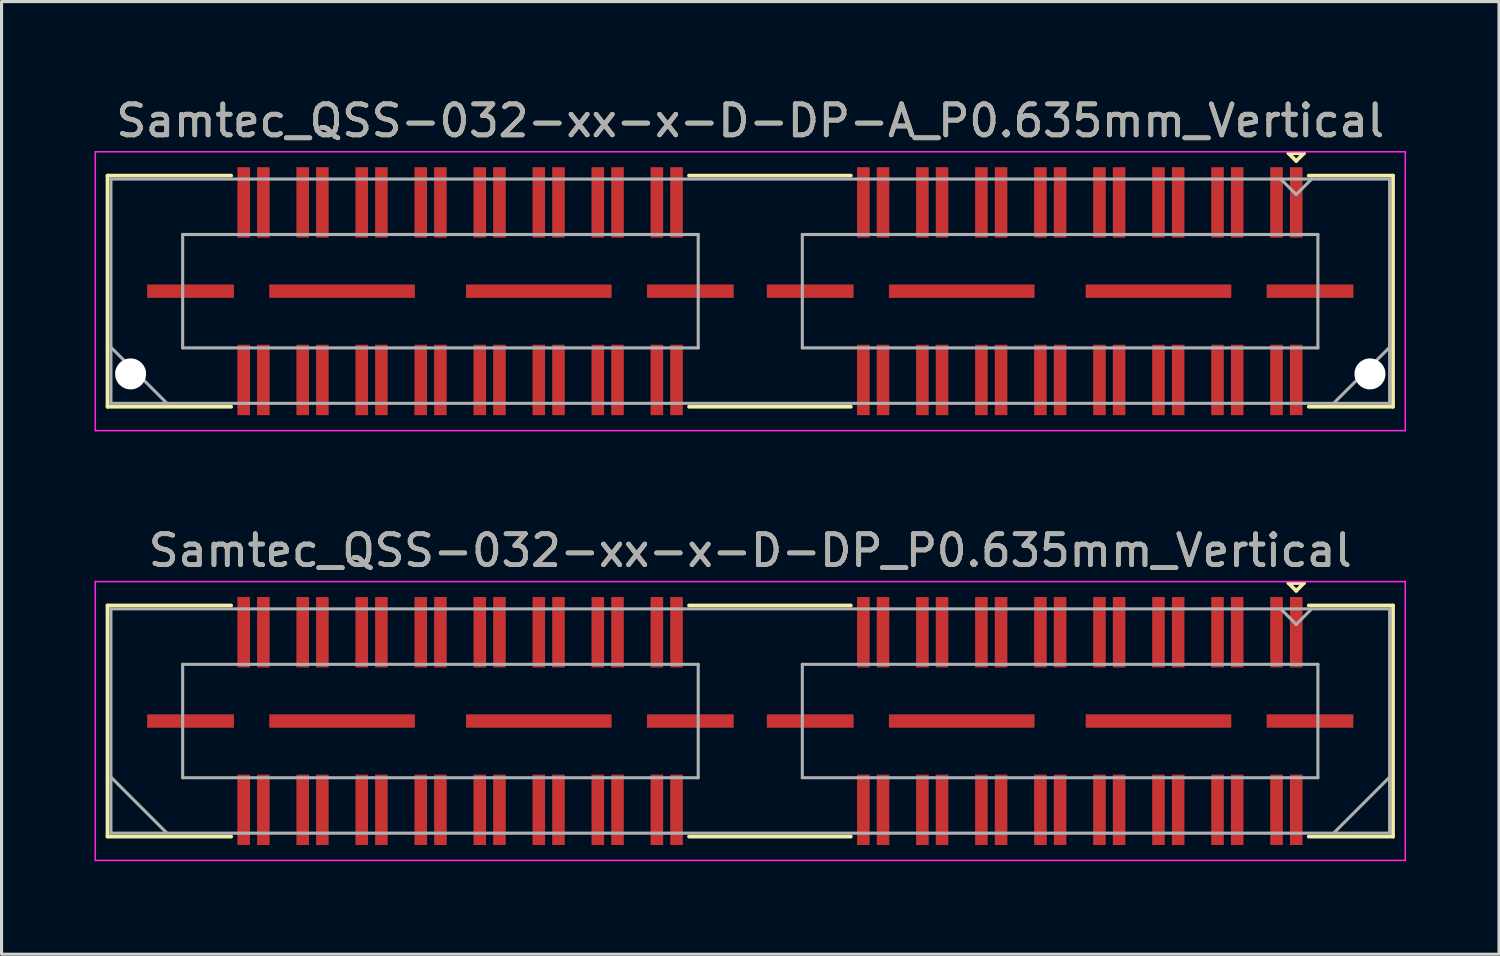
<source format=kicad_pcb>
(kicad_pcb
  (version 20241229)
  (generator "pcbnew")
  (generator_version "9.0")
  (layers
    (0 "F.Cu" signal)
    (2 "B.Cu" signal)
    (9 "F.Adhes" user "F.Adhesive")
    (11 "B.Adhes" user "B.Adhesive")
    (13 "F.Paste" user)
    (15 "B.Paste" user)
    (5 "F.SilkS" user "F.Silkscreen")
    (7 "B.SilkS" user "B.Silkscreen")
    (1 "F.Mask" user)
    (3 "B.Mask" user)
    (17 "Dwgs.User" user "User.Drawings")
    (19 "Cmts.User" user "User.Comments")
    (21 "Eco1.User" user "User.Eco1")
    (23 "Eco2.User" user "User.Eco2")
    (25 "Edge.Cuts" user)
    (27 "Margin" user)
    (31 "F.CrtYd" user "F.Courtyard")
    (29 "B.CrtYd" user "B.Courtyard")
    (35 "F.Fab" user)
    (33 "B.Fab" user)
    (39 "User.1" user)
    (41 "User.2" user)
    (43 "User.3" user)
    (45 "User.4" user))
  (footprint "Samtec_QSS-032-xx-x-D-DP-A_P0.635mm_Vertical"
    (layer "F.Cu")
    (at 21.165 6.348)
    (property "Reference" "Samtec_QSS-032-xx-x-D-DP-A_P0.635mm_Vertical" (at 0 -5.5 0) (layer "F.SilkS") (effects (font (size 1 1) (thickness 0.15))))
    (attr smd)
    (fp_line (start -20.745 -3.73) (end -16.753 -3.73) (stroke (width 0.12) (type solid)) (layer "F.SilkS"))
    (fp_line (start -20.745 3.73) (end -20.745 -3.73) (stroke (width 0.12) (type solid)) (layer "F.SilkS"))
    (fp_line (start -16.753 3.73) (end -20.745 3.73) (stroke (width 0.12) (type solid)) (layer "F.SilkS"))
    (fp_line (start 3.247 -3.73) (end -1.977 -3.73) (stroke (width 0.12) (type solid)) (layer "F.SilkS"))
    (fp_line (start 3.247 3.73) (end -1.977 3.73) (stroke (width 0.12) (type solid)) (layer "F.SilkS"))
    (fp_line (start 17.37 -4.452) (end 17.87 -4.452) (stroke (width 0.12) (type solid)) (layer "F.SilkS"))
    (fp_line (start 17.62 -4.202) (end 17.37 -4.452) (stroke (width 0.12) (type solid)) (layer "F.SilkS"))
    (fp_line (start 17.87 -4.452) (end 17.62 -4.202) (stroke (width 0.12) (type solid)) (layer "F.SilkS"))
    (fp_line (start 18.023 3.73) (end 20.745 3.73) (stroke (width 0.12) (type solid)) (layer "F.SilkS"))
    (fp_line (start 20.745 -3.73) (end 18.023 -3.73) (stroke (width 0.12) (type solid)) (layer "F.SilkS"))
    (fp_line (start 20.745 3.73) (end 20.745 -3.73) (stroke (width 0.12) (type solid)) (layer "F.SilkS"))
    (fp_line (start -21.14 -4.5) (end -21.14 4.5) (stroke (width 0.05) (type solid)) (layer "F.CrtYd"))
    (fp_line (start -21.14 4.5) (end 21.14 4.5) (stroke (width 0.05) (type solid)) (layer "F.CrtYd"))
    (fp_line (start 21.14 -4.5) (end -21.14 -4.5) (stroke (width 0.05) (type solid)) (layer "F.CrtYd"))
    (fp_line (start 21.14 4.5) (end 21.14 -4.5) (stroke (width 0.05) (type solid)) (layer "F.CrtYd"))
    (fp_line (start -20.635 -3.62) (end -20.635 3.62) (stroke (width 0.1) (type solid)) (layer "F.Fab"))
    (fp_line (start -20.635 1.81) (end -18.825 3.62) (stroke (width 0.1) (type solid)) (layer "F.Fab"))
    (fp_line (start -20.635 3.62) (end 20.635 3.62) (stroke (width 0.1) (type solid)) (layer "F.Fab"))
    (fp_line (start -18.32 -1.83) (end -18.32 1.83) (stroke (width 0.1) (type solid)) (layer "F.Fab"))
    (fp_line (start -18.32 1.83) (end -1.68 1.83) (stroke (width 0.1) (type solid)) (layer "F.Fab"))
    (fp_line (start -1.68 -1.83) (end -18.32 -1.83) (stroke (width 0.1) (type solid)) (layer "F.Fab"))
    (fp_line (start -1.68 1.83) (end -1.68 -1.83) (stroke (width 0.1) (type solid)) (layer "F.Fab"))
    (fp_line (start 1.68 -1.83) (end 1.68 1.83) (stroke (width 0.1) (type solid)) (layer "F.Fab"))
    (fp_line (start 1.68 1.83) (end 18.32 1.83) (stroke (width 0.1) (type solid)) (layer "F.Fab"))
    (fp_line (start 17.62 -3.12) (end 17.12 -3.62) (stroke (width 0.1) (type solid)) (layer "F.Fab"))
    (fp_line (start 18.12 -3.62) (end 17.62 -3.12) (stroke (width 0.1) (type solid)) (layer "F.Fab"))
    (fp_line (start 18.32 -1.83) (end 1.68 -1.83) (stroke (width 0.1) (type solid)) (layer "F.Fab"))
    (fp_line (start 18.32 1.83) (end 18.32 -1.83) (stroke (width 0.1) (type solid)) (layer "F.Fab"))
    (fp_line (start 20.635 -3.62) (end -20.635 -3.62) (stroke (width 0.1) (type solid)) (layer "F.Fab"))
    (fp_line (start 20.635 1.81) (end 18.825 3.62) (stroke (width 0.1) (type solid)) (layer "F.Fab"))
    (fp_line (start 20.635 3.62) (end 20.635 -3.62) (stroke (width 0.1) (type solid)) (layer "F.Fab"))
    (fp_text user "${REFERENCE}" (at 0 -5.5 0) (layer "F.Fab") (effects (font (size 1 1) (thickness 0.15))))
    (pad "" np_thru_hole circle (at -20 2.67) (size 1 1) (drill 1) (layers "*.Cu" "*.Mask"))
    (pad "" np_thru_hole circle (at 20 2.67) (size 1 1) (drill 1) (layers "*.Cu" "*.Mask"))
    (pad "1" smd rect (at 17.62 -2.865) (size 0.406 2.273) (layers "F.Cu" "F.Mask" "F.Paste"))
    (pad "2" smd rect (at 17.62 2.865) (size 0.406 2.273) (layers "F.Cu" "F.Mask" "F.Paste"))
    (pad "3" smd rect (at 16.985 -2.865) (size 0.406 2.273) (layers "F.Cu" "F.Mask" "F.Paste"))
    (pad "4" smd rect (at 16.985 2.865) (size 0.406 2.273) (layers "F.Cu" "F.Mask" "F.Paste"))
    (pad "5" smd rect (at 15.715 -2.865) (size 0.406 2.273) (layers "F.Cu" "F.Mask" "F.Paste"))
    (pad "6" smd rect (at 15.715 2.865) (size 0.406 2.273) (layers "F.Cu" "F.Mask" "F.Paste"))
    (pad "7" smd rect (at 15.08 -2.865) (size 0.406 2.273) (layers "F.Cu" "F.Mask" "F.Paste"))
    (pad "8" smd rect (at 15.08 2.865) (size 0.406 2.273) (layers "F.Cu" "F.Mask" "F.Paste"))
    (pad "9" smd rect (at 13.81 -2.865) (size 0.406 2.273) (layers "F.Cu" "F.Mask" "F.Paste"))
    (pad "10" smd rect (at 13.81 2.865) (size 0.406 2.273) (layers "F.Cu" "F.Mask" "F.Paste"))
    (pad "11" smd rect (at 13.175 -2.865) (size 0.406 2.273) (layers "F.Cu" "F.Mask" "F.Paste"))
    (pad "12" smd rect (at 13.175 2.865) (size 0.406 2.273) (layers "F.Cu" "F.Mask" "F.Paste"))
    (pad "13" smd rect (at 11.905 -2.865) (size 0.406 2.273) (layers "F.Cu" "F.Mask" "F.Paste"))
    (pad "14" smd rect (at 11.905 2.865) (size 0.406 2.273) (layers "F.Cu" "F.Mask" "F.Paste"))
    (pad "15" smd rect (at 11.27 -2.865) (size 0.406 2.273) (layers "F.Cu" "F.Mask" "F.Paste"))
    (pad "16" smd rect (at 11.27 2.865) (size 0.406 2.273) (layers "F.Cu" "F.Mask" "F.Paste"))
    (pad "17" smd rect (at 10 -2.865) (size 0.406 2.273) (layers "F.Cu" "F.Mask" "F.Paste"))
    (pad "18" smd rect (at 10 2.865) (size 0.406 2.273) (layers "F.Cu" "F.Mask" "F.Paste"))
    (pad "19" smd rect (at 9.365 -2.865) (size 0.406 2.273) (layers "F.Cu" "F.Mask" "F.Paste"))
    (pad "20" smd rect (at 9.365 2.865) (size 0.406 2.273) (layers "F.Cu" "F.Mask" "F.Paste"))
    (pad "21" smd rect (at 8.095 -2.865) (size 0.406 2.273) (layers "F.Cu" "F.Mask" "F.Paste"))
    (pad "22" smd rect (at 8.095 2.865) (size 0.406 2.273) (layers "F.Cu" "F.Mask" "F.Paste"))
    (pad "23" smd rect (at 7.46 -2.865) (size 0.406 2.273) (layers "F.Cu" "F.Mask" "F.Paste"))
    (pad "24" smd rect (at 7.46 2.865) (size 0.406 2.273) (layers "F.Cu" "F.Mask" "F.Paste"))
    (pad "25" smd rect (at 6.19 -2.865) (size 0.406 2.273) (layers "F.Cu" "F.Mask" "F.Paste"))
    (pad "26" smd rect (at 6.19 2.865) (size 0.406 2.273) (layers "F.Cu" "F.Mask" "F.Paste"))
    (pad "27" smd rect (at 5.555 -2.865) (size 0.406 2.273) (layers "F.Cu" "F.Mask" "F.Paste"))
    (pad "28" smd rect (at 5.555 2.865) (size 0.406 2.273) (layers "F.Cu" "F.Mask" "F.Paste"))
    (pad "29" smd rect (at 4.285 -2.865) (size 0.406 2.273) (layers "F.Cu" "F.Mask" "F.Paste"))
    (pad "30" smd rect (at 4.285 2.865) (size 0.406 2.273) (layers "F.Cu" "F.Mask" "F.Paste"))
    (pad "31" smd rect (at 3.65 -2.865) (size 0.406 2.273) (layers "F.Cu" "F.Mask" "F.Paste"))
    (pad "32" smd rect (at 3.65 2.865) (size 0.406 2.273) (layers "F.Cu" "F.Mask" "F.Paste"))
    (pad "33" smd rect (at -2.38 -2.865) (size 0.406 2.273) (layers "F.Cu" "F.Mask" "F.Paste"))
    (pad "34" smd rect (at -2.38 2.865) (size 0.406 2.273) (layers "F.Cu" "F.Mask" "F.Paste"))
    (pad "35" smd rect (at -3.015 -2.865) (size 0.406 2.273) (layers "F.Cu" "F.Mask" "F.Paste"))
    (pad "36" smd rect (at -3.015 2.865) (size 0.406 2.273) (layers "F.Cu" "F.Mask" "F.Paste"))
    (pad "37" smd rect (at -4.285 -2.865) (size 0.406 2.273) (layers "F.Cu" "F.Mask" "F.Paste"))
    (pad "38" smd rect (at -4.285 2.865) (size 0.406 2.273) (layers "F.Cu" "F.Mask" "F.Paste"))
    (pad "39" smd rect (at -4.92 -2.865) (size 0.406 2.273) (layers "F.Cu" "F.Mask" "F.Paste"))
    (pad "40" smd rect (at -4.92 2.865) (size 0.406 2.273) (layers "F.Cu" "F.Mask" "F.Paste"))
    (pad "41" smd rect (at -6.19 -2.865) (size 0.406 2.273) (layers "F.Cu" "F.Mask" "F.Paste"))
    (pad "42" smd rect (at -6.19 2.865) (size 0.406 2.273) (layers "F.Cu" "F.Mask" "F.Paste"))
    (pad "43" smd rect (at -6.825 -2.865) (size 0.406 2.273) (layers "F.Cu" "F.Mask" "F.Paste"))
    (pad "44" smd rect (at -6.825 2.865) (size 0.406 2.273) (layers "F.Cu" "F.Mask" "F.Paste"))
    (pad "45" smd rect (at -8.095 -2.865) (size 0.406 2.273) (layers "F.Cu" "F.Mask" "F.Paste"))
    (pad "46" smd rect (at -8.095 2.865) (size 0.406 2.273) (layers "F.Cu" "F.Mask" "F.Paste"))
    (pad "47" smd rect (at -8.73 -2.865) (size 0.406 2.273) (layers "F.Cu" "F.Mask" "F.Paste"))
    (pad "48" smd rect (at -8.73 2.865) (size 0.406 2.273) (layers "F.Cu" "F.Mask" "F.Paste"))
    (pad "49" smd rect (at -10 -2.865) (size 0.406 2.273) (layers "F.Cu" "F.Mask" "F.Paste"))
    (pad "50" smd rect (at -10 2.865) (size 0.406 2.273) (layers "F.Cu" "F.Mask" "F.Paste"))
    (pad "51" smd rect (at -10.635 -2.865) (size 0.406 2.273) (layers "F.Cu" "F.Mask" "F.Paste"))
    (pad "52" smd rect (at -10.635 2.865) (size 0.406 2.273) (layers "F.Cu" "F.Mask" "F.Paste"))
    (pad "53" smd rect (at -11.905 -2.865) (size 0.406 2.273) (layers "F.Cu" "F.Mask" "F.Paste"))
    (pad "54" smd rect (at -11.905 2.865) (size 0.406 2.273) (layers "F.Cu" "F.Mask" "F.Paste"))
    (pad "55" smd rect (at -12.54 -2.865) (size 0.406 2.273) (layers "F.Cu" "F.Mask" "F.Paste"))
    (pad "56" smd rect (at -12.54 2.865) (size 0.406 2.273) (layers "F.Cu" "F.Mask" "F.Paste"))
    (pad "57" smd rect (at -13.81 -2.865) (size 0.406 2.273) (layers "F.Cu" "F.Mask" "F.Paste"))
    (pad "58" smd rect (at -13.81 2.865) (size 0.406 2.273) (layers "F.Cu" "F.Mask" "F.Paste"))
    (pad "59" smd rect (at -14.445 -2.865) (size 0.406 2.273) (layers "F.Cu" "F.Mask" "F.Paste"))
    (pad "60" smd rect (at -14.445 2.865) (size 0.406 2.273) (layers "F.Cu" "F.Mask" "F.Paste"))
    (pad "61" smd rect (at -15.715 -2.865) (size 0.406 2.273) (layers "F.Cu" "F.Mask" "F.Paste"))
    (pad "62" smd rect (at -15.715 2.865) (size 0.406 2.273) (layers "F.Cu" "F.Mask" "F.Paste"))
    (pad "63" smd rect (at -16.35 -2.865) (size 0.406 2.273) (layers "F.Cu" "F.Mask" "F.Paste"))
    (pad "64" smd rect (at -16.35 2.865) (size 0.406 2.273) (layers "F.Cu" "F.Mask" "F.Paste"))
    (pad "P1" smd rect (at 1.935 0) (size 2.8 0.432) (layers "F.Cu" "F.Mask" "F.Paste"))
    (pad "P1" smd rect (at 6.825 0) (size 4.7 0.432) (layers "F.Cu" "F.Mask" "F.Paste"))
    (pad "P1" smd rect (at 13.175 0) (size 4.7 0.432) (layers "F.Cu" "F.Mask" "F.Paste"))
    (pad "P1" smd rect (at 18.065 0) (size 2.8 0.432) (layers "F.Cu" "F.Mask" "F.Paste"))
    (pad "P2" smd rect (at -18.065 0) (size 2.8 0.432) (layers "F.Cu" "F.Mask" "F.Paste"))
    (pad "P2" smd rect (at -13.175 0) (size 4.7 0.432) (layers "F.Cu" "F.Mask" "F.Paste"))
    (pad "P2" smd rect (at -6.825 0) (size 4.7 0.432) (layers "F.Cu" "F.Mask" "F.Paste"))
    (pad "P2" smd rect (at -1.935 0) (size 2.8 0.432) (layers "F.Cu" "F.Mask" "F.Paste")))
  (footprint "Samtec_QSS-032-xx-x-D-DP_P0.635mm_Vertical"
    (layer "F.Cu")
    (at 21.165 20.221)
    (property "Reference" "Samtec_QSS-032-xx-x-D-DP_P0.635mm_Vertical" (at 0 -5.5 0) (layer "F.SilkS") (effects (font (size 1 1) (thickness 0.15))))
    (attr smd)
    (fp_line (start -20.745 -3.73) (end -16.753 -3.73) (stroke (width 0.12) (type solid)) (layer "F.SilkS"))
    (fp_line (start -20.745 3.73) (end -20.745 -3.73) (stroke (width 0.12) (type solid)) (layer "F.SilkS"))
    (fp_line (start -16.753 3.73) (end -20.745 3.73) (stroke (width 0.12) (type solid)) (layer "F.SilkS"))
    (fp_line (start 3.247 -3.73) (end -1.977 -3.73) (stroke (width 0.12) (type solid)) (layer "F.SilkS"))
    (fp_line (start 3.247 3.73) (end -1.977 3.73) (stroke (width 0.12) (type solid)) (layer "F.SilkS"))
    (fp_line (start 17.37 -4.452) (end 17.87 -4.452) (stroke (width 0.12) (type solid)) (layer "F.SilkS"))
    (fp_line (start 17.62 -4.202) (end 17.37 -4.452) (stroke (width 0.12) (type solid)) (layer "F.SilkS"))
    (fp_line (start 17.87 -4.452) (end 17.62 -4.202) (stroke (width 0.12) (type solid)) (layer "F.SilkS"))
    (fp_line (start 18.023 3.73) (end 20.745 3.73) (stroke (width 0.12) (type solid)) (layer "F.SilkS"))
    (fp_line (start 20.745 -3.73) (end 18.023 -3.73) (stroke (width 0.12) (type solid)) (layer "F.SilkS"))
    (fp_line (start 20.745 3.73) (end 20.745 -3.73) (stroke (width 0.12) (type solid)) (layer "F.SilkS"))
    (fp_line (start -21.14 -4.5) (end -21.14 4.5) (stroke (width 0.05) (type solid)) (layer "F.CrtYd"))
    (fp_line (start -21.14 4.5) (end 21.14 4.5) (stroke (width 0.05) (type solid)) (layer "F.CrtYd"))
    (fp_line (start 21.14 -4.5) (end -21.14 -4.5) (stroke (width 0.05) (type solid)) (layer "F.CrtYd"))
    (fp_line (start 21.14 4.5) (end 21.14 -4.5) (stroke (width 0.05) (type solid)) (layer "F.CrtYd"))
    (fp_line (start -20.635 -3.62) (end -20.635 3.62) (stroke (width 0.1) (type solid)) (layer "F.Fab"))
    (fp_line (start -20.635 1.81) (end -18.825 3.62) (stroke (width 0.1) (type solid)) (layer "F.Fab"))
    (fp_line (start -20.635 3.62) (end 20.635 3.62) (stroke (width 0.1) (type solid)) (layer "F.Fab"))
    (fp_line (start -18.32 -1.83) (end -18.32 1.83) (stroke (width 0.1) (type solid)) (layer "F.Fab"))
    (fp_line (start -18.32 1.83) (end -1.68 1.83) (stroke (width 0.1) (type solid)) (layer "F.Fab"))
    (fp_line (start -1.68 -1.83) (end -18.32 -1.83) (stroke (width 0.1) (type solid)) (layer "F.Fab"))
    (fp_line (start -1.68 1.83) (end -1.68 -1.83) (stroke (width 0.1) (type solid)) (layer "F.Fab"))
    (fp_line (start 1.68 -1.83) (end 1.68 1.83) (stroke (width 0.1) (type solid)) (layer "F.Fab"))
    (fp_line (start 1.68 1.83) (end 18.32 1.83) (stroke (width 0.1) (type solid)) (layer "F.Fab"))
    (fp_line (start 17.62 -3.12) (end 17.12 -3.62) (stroke (width 0.1) (type solid)) (layer "F.Fab"))
    (fp_line (start 18.12 -3.62) (end 17.62 -3.12) (stroke (width 0.1) (type solid)) (layer "F.Fab"))
    (fp_line (start 18.32 -1.83) (end 1.68 -1.83) (stroke (width 0.1) (type solid)) (layer "F.Fab"))
    (fp_line (start 18.32 1.83) (end 18.32 -1.83) (stroke (width 0.1) (type solid)) (layer "F.Fab"))
    (fp_line (start 20.635 -3.62) (end -20.635 -3.62) (stroke (width 0.1) (type solid)) (layer "F.Fab"))
    (fp_line (start 20.635 1.81) (end 18.825 3.62) (stroke (width 0.1) (type solid)) (layer "F.Fab"))
    (fp_line (start 20.635 3.62) (end 20.635 -3.62) (stroke (width 0.1) (type solid)) (layer "F.Fab"))
    (fp_text user "${REFERENCE}" (at 0 -5.5 0) (layer "F.Fab") (effects (font (size 1 1) (thickness 0.15))))
    (pad "1" smd rect (at 17.62 -2.865) (size 0.406 2.273) (layers "F.Cu" "F.Mask" "F.Paste"))
    (pad "2" smd rect (at 17.62 2.865) (size 0.406 2.273) (layers "F.Cu" "F.Mask" "F.Paste"))
    (pad "3" smd rect (at 16.985 -2.865) (size 0.406 2.273) (layers "F.Cu" "F.Mask" "F.Paste"))
    (pad "4" smd rect (at 16.985 2.865) (size 0.406 2.273) (layers "F.Cu" "F.Mask" "F.Paste"))
    (pad "5" smd rect (at 15.715 -2.865) (size 0.406 2.273) (layers "F.Cu" "F.Mask" "F.Paste"))
    (pad "6" smd rect (at 15.715 2.865) (size 0.406 2.273) (layers "F.Cu" "F.Mask" "F.Paste"))
    (pad "7" smd rect (at 15.08 -2.865) (size 0.406 2.273) (layers "F.Cu" "F.Mask" "F.Paste"))
    (pad "8" smd rect (at 15.08 2.865) (size 0.406 2.273) (layers "F.Cu" "F.Mask" "F.Paste"))
    (pad "9" smd rect (at 13.81 -2.865) (size 0.406 2.273) (layers "F.Cu" "F.Mask" "F.Paste"))
    (pad "10" smd rect (at 13.81 2.865) (size 0.406 2.273) (layers "F.Cu" "F.Mask" "F.Paste"))
    (pad "11" smd rect (at 13.175 -2.865) (size 0.406 2.273) (layers "F.Cu" "F.Mask" "F.Paste"))
    (pad "12" smd rect (at 13.175 2.865) (size 0.406 2.273) (layers "F.Cu" "F.Mask" "F.Paste"))
    (pad "13" smd rect (at 11.905 -2.865) (size 0.406 2.273) (layers "F.Cu" "F.Mask" "F.Paste"))
    (pad "14" smd rect (at 11.905 2.865) (size 0.406 2.273) (layers "F.Cu" "F.Mask" "F.Paste"))
    (pad "15" smd rect (at 11.27 -2.865) (size 0.406 2.273) (layers "F.Cu" "F.Mask" "F.Paste"))
    (pad "16" smd rect (at 11.27 2.865) (size 0.406 2.273) (layers "F.Cu" "F.Mask" "F.Paste"))
    (pad "17" smd rect (at 10 -2.865) (size 0.406 2.273) (layers "F.Cu" "F.Mask" "F.Paste"))
    (pad "18" smd rect (at 10 2.865) (size 0.406 2.273) (layers "F.Cu" "F.Mask" "F.Paste"))
    (pad "19" smd rect (at 9.365 -2.865) (size 0.406 2.273) (layers "F.Cu" "F.Mask" "F.Paste"))
    (pad "20" smd rect (at 9.365 2.865) (size 0.406 2.273) (layers "F.Cu" "F.Mask" "F.Paste"))
    (pad "21" smd rect (at 8.095 -2.865) (size 0.406 2.273) (layers "F.Cu" "F.Mask" "F.Paste"))
    (pad "22" smd rect (at 8.095 2.865) (size 0.406 2.273) (layers "F.Cu" "F.Mask" "F.Paste"))
    (pad "23" smd rect (at 7.46 -2.865) (size 0.406 2.273) (layers "F.Cu" "F.Mask" "F.Paste"))
    (pad "24" smd rect (at 7.46 2.865) (size 0.406 2.273) (layers "F.Cu" "F.Mask" "F.Paste"))
    (pad "25" smd rect (at 6.19 -2.865) (size 0.406 2.273) (layers "F.Cu" "F.Mask" "F.Paste"))
    (pad "26" smd rect (at 6.19 2.865) (size 0.406 2.273) (layers "F.Cu" "F.Mask" "F.Paste"))
    (pad "27" smd rect (at 5.555 -2.865) (size 0.406 2.273) (layers "F.Cu" "F.Mask" "F.Paste"))
    (pad "28" smd rect (at 5.555 2.865) (size 0.406 2.273) (layers "F.Cu" "F.Mask" "F.Paste"))
    (pad "29" smd rect (at 4.285 -2.865) (size 0.406 2.273) (layers "F.Cu" "F.Mask" "F.Paste"))
    (pad "30" smd rect (at 4.285 2.865) (size 0.406 2.273) (layers "F.Cu" "F.Mask" "F.Paste"))
    (pad "31" smd rect (at 3.65 -2.865) (size 0.406 2.273) (layers "F.Cu" "F.Mask" "F.Paste"))
    (pad "32" smd rect (at 3.65 2.865) (size 0.406 2.273) (layers "F.Cu" "F.Mask" "F.Paste"))
    (pad "33" smd rect (at -2.38 -2.865) (size 0.406 2.273) (layers "F.Cu" "F.Mask" "F.Paste"))
    (pad "34" smd rect (at -2.38 2.865) (size 0.406 2.273) (layers "F.Cu" "F.Mask" "F.Paste"))
    (pad "35" smd rect (at -3.015 -2.865) (size 0.406 2.273) (layers "F.Cu" "F.Mask" "F.Paste"))
    (pad "36" smd rect (at -3.015 2.865) (size 0.406 2.273) (layers "F.Cu" "F.Mask" "F.Paste"))
    (pad "37" smd rect (at -4.285 -2.865) (size 0.406 2.273) (layers "F.Cu" "F.Mask" "F.Paste"))
    (pad "38" smd rect (at -4.285 2.865) (size 0.406 2.273) (layers "F.Cu" "F.Mask" "F.Paste"))
    (pad "39" smd rect (at -4.92 -2.865) (size 0.406 2.273) (layers "F.Cu" "F.Mask" "F.Paste"))
    (pad "40" smd rect (at -4.92 2.865) (size 0.406 2.273) (layers "F.Cu" "F.Mask" "F.Paste"))
    (pad "41" smd rect (at -6.19 -2.865) (size 0.406 2.273) (layers "F.Cu" "F.Mask" "F.Paste"))
    (pad "42" smd rect (at -6.19 2.865) (size 0.406 2.273) (layers "F.Cu" "F.Mask" "F.Paste"))
    (pad "43" smd rect (at -6.825 -2.865) (size 0.406 2.273) (layers "F.Cu" "F.Mask" "F.Paste"))
    (pad "44" smd rect (at -6.825 2.865) (size 0.406 2.273) (layers "F.Cu" "F.Mask" "F.Paste"))
    (pad "45" smd rect (at -8.095 -2.865) (size 0.406 2.273) (layers "F.Cu" "F.Mask" "F.Paste"))
    (pad "46" smd rect (at -8.095 2.865) (size 0.406 2.273) (layers "F.Cu" "F.Mask" "F.Paste"))
    (pad "47" smd rect (at -8.73 -2.865) (size 0.406 2.273) (layers "F.Cu" "F.Mask" "F.Paste"))
    (pad "48" smd rect (at -8.73 2.865) (size 0.406 2.273) (layers "F.Cu" "F.Mask" "F.Paste"))
    (pad "49" smd rect (at -10 -2.865) (size 0.406 2.273) (layers "F.Cu" "F.Mask" "F.Paste"))
    (pad "50" smd rect (at -10 2.865) (size 0.406 2.273) (layers "F.Cu" "F.Mask" "F.Paste"))
    (pad "51" smd rect (at -10.635 -2.865) (size 0.406 2.273) (layers "F.Cu" "F.Mask" "F.Paste"))
    (pad "52" smd rect (at -10.635 2.865) (size 0.406 2.273) (layers "F.Cu" "F.Mask" "F.Paste"))
    (pad "53" smd rect (at -11.905 -2.865) (size 0.406 2.273) (layers "F.Cu" "F.Mask" "F.Paste"))
    (pad "54" smd rect (at -11.905 2.865) (size 0.406 2.273) (layers "F.Cu" "F.Mask" "F.Paste"))
    (pad "55" smd rect (at -12.54 -2.865) (size 0.406 2.273) (layers "F.Cu" "F.Mask" "F.Paste"))
    (pad "56" smd rect (at -12.54 2.865) (size 0.406 2.273) (layers "F.Cu" "F.Mask" "F.Paste"))
    (pad "57" smd rect (at -13.81 -2.865) (size 0.406 2.273) (layers "F.Cu" "F.Mask" "F.Paste"))
    (pad "58" smd rect (at -13.81 2.865) (size 0.406 2.273) (layers "F.Cu" "F.Mask" "F.Paste"))
    (pad "59" smd rect (at -14.445 -2.865) (size 0.406 2.273) (layers "F.Cu" "F.Mask" "F.Paste"))
    (pad "60" smd rect (at -14.445 2.865) (size 0.406 2.273) (layers "F.Cu" "F.Mask" "F.Paste"))
    (pad "61" smd rect (at -15.715 -2.865) (size 0.406 2.273) (layers "F.Cu" "F.Mask" "F.Paste"))
    (pad "62" smd rect (at -15.715 2.865) (size 0.406 2.273) (layers "F.Cu" "F.Mask" "F.Paste"))
    (pad "63" smd rect (at -16.35 -2.865) (size 0.406 2.273) (layers "F.Cu" "F.Mask" "F.Paste"))
    (pad "64" smd rect (at -16.35 2.865) (size 0.406 2.273) (layers "F.Cu" "F.Mask" "F.Paste"))
    (pad "P1" smd rect (at 1.935 0) (size 2.8 0.432) (layers "F.Cu" "F.Mask" "F.Paste"))
    (pad "P1" smd rect (at 6.825 0) (size 4.7 0.432) (layers "F.Cu" "F.Mask" "F.Paste"))
    (pad "P1" smd rect (at 13.175 0) (size 4.7 0.432) (layers "F.Cu" "F.Mask" "F.Paste"))
    (pad "P1" smd rect (at 18.065 0) (size 2.8 0.432) (layers "F.Cu" "F.Mask" "F.Paste"))
    (pad "P2" smd rect (at -18.065 0) (size 2.8 0.432) (layers "F.Cu" "F.Mask" "F.Paste"))
    (pad "P2" smd rect (at -13.175 0) (size 4.7 0.432) (layers "F.Cu" "F.Mask" "F.Paste"))
    (pad "P2" smd rect (at -6.825 0) (size 4.7 0.432) (layers "F.Cu" "F.Mask" "F.Paste"))
    (pad "P2" smd rect (at -1.935 0) (size 2.8 0.432) (layers "F.Cu" "F.Mask" "F.Paste")))
  (gr_rect
    (start -3 -3)
    (end 45.33 27.747)
    (stroke (width 0.1) (type default))
    (fill no)
    (layer "Edge.Cuts")))
</source>
